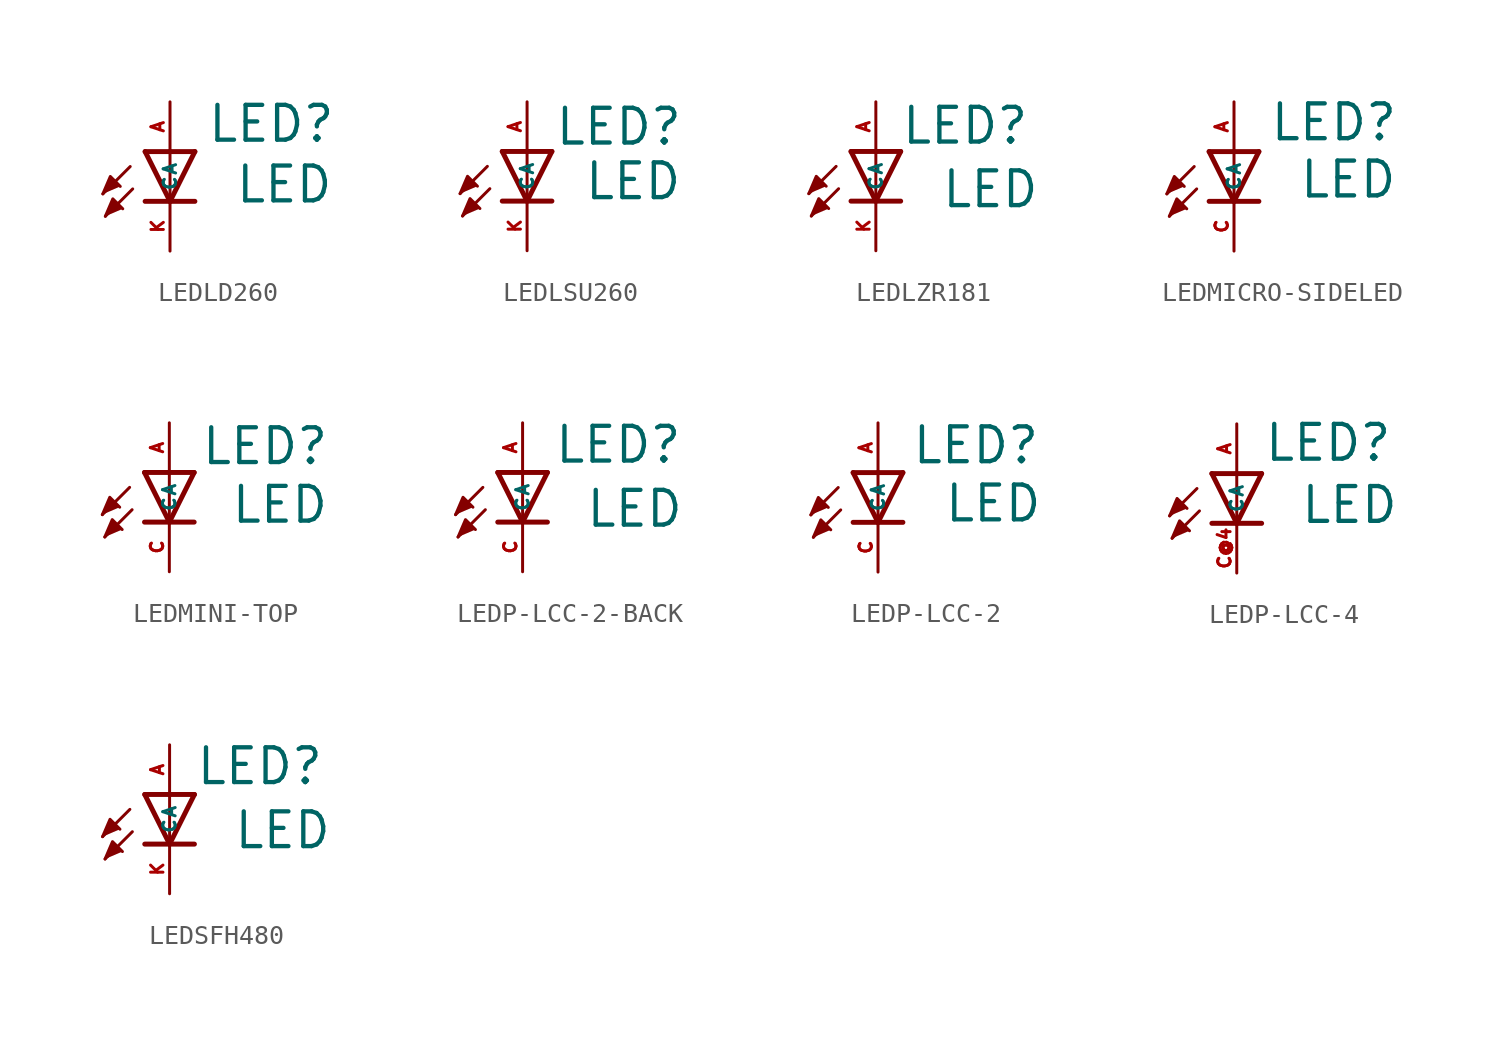
<source format=kicad_sym>
(kicad_symbol_lib
  (version 20220914)
  (generator kicad_symbol_editor)
  (symbol "LEDLD260"
    (property "Reference" "LED"
      (at 1.854 0.381 0)
      (effects (font (size 1.778 1.778) (thickness 0.22)) (justify left bottom)))
    (property "Value" "LED"
      (at 3.277 -2.718 0)
      (effects (font (size 1.778 1.778) (thickness 0.22)) (justify left bottom)))
    (symbol "LEDLD260_1_1"
      (polyline (pts (xy -2.032 -0.762) (xy -3.429 -2.159)) (stroke (width 0.152) (type default)) (fill (type none)))
      (polyline (pts (xy -1.905 -1.905) (xy -3.302 -3.302)) (stroke (width 0.152) (type default)) (fill (type none)))
      (polyline (pts (xy 0 -2.54) (xy -1.27 -2.54)) (stroke (width 0.254) (type default)) (fill (type none)))
      (polyline (pts (xy 0 -2.54) (xy -1.27 0)) (stroke (width 0.254) (type default)) (fill (type none)))
      (polyline (pts (xy 0 0) (xy -1.27 0)) (stroke (width 0.254) (type default)) (fill (type none)))
      (polyline (pts (xy 0 0) (xy 0 -2.54)) (stroke (width 0.152) (type default)) (fill (type none)))
      (polyline (pts (xy 1.27 -2.54) (xy 0 -2.54)) (stroke (width 0.254) (type default)) (fill (type none)))
      (polyline (pts (xy 1.27 0) (xy 0 -2.54)) (stroke (width 0.254) (type default)) (fill (type none)))
      (polyline (pts (xy 1.27 0) (xy 0 0)) (stroke (width 0.254) (type default)) (fill (type none)))
      (polyline (pts (xy -3.429 -2.159) (xy -3.048 -1.27) (xy -2.54 -1.778)) (stroke (width 0.152) (type default)) (fill (type outline)))
      (polyline (pts (xy -3.302 -3.302) (xy -2.921 -2.413) (xy -2.413 -2.921)) (stroke (width 0.152) (type default)) (fill (type outline)))
      (pin passive line (at 0 2.54 270) (length 2.54) (name "A" (effects (font (size 0.635 0.635)))) (number "A" (effects (font (size 0.635 0.635)))))
      (pin passive line (at 0 -5.08 90) (length 2.54) (name "C" (effects (font (size 0.635 0.635)))) (number "K" (effects (font (size 0.635 0.635)))))))
  (symbol "LEDLSU260"
    (property "Reference" "LED"
      (at 1.372 0.229 0)
      (effects (font (size 1.778 1.778) (thickness 0.22)) (justify left bottom)))
    (property "Value" "LED"
      (at 2.87 -2.565 0)
      (effects (font (size 1.778 1.778) (thickness 0.22)) (justify left bottom)))
    (symbol "LEDLSU260_1_1"
      (polyline (pts (xy -2.032 -0.762) (xy -3.429 -2.159)) (stroke (width 0.152) (type default)) (fill (type none)))
      (polyline (pts (xy -1.905 -1.905) (xy -3.302 -3.302)) (stroke (width 0.152) (type default)) (fill (type none)))
      (polyline (pts (xy 0 -2.54) (xy -1.27 -2.54)) (stroke (width 0.254) (type default)) (fill (type none)))
      (polyline (pts (xy 0 -2.54) (xy -1.27 0)) (stroke (width 0.254) (type default)) (fill (type none)))
      (polyline (pts (xy 0 0) (xy -1.27 0)) (stroke (width 0.254) (type default)) (fill (type none)))
      (polyline (pts (xy 0 0) (xy 0 -2.54)) (stroke (width 0.152) (type default)) (fill (type none)))
      (polyline (pts (xy 1.27 -2.54) (xy 0 -2.54)) (stroke (width 0.254) (type default)) (fill (type none)))
      (polyline (pts (xy 1.27 0) (xy 0 -2.54)) (stroke (width 0.254) (type default)) (fill (type none)))
      (polyline (pts (xy 1.27 0) (xy 0 0)) (stroke (width 0.254) (type default)) (fill (type none)))
      (polyline (pts (xy -3.429 -2.159) (xy -3.048 -1.27) (xy -2.54 -1.778)) (stroke (width 0.152) (type default)) (fill (type outline)))
      (polyline (pts (xy -3.302 -3.302) (xy -2.921 -2.413) (xy -2.413 -2.921)) (stroke (width 0.152) (type default)) (fill (type outline)))
      (pin passive line (at 0 2.54 270) (length 2.54) (name "A" (effects (font (size 0.635 0.635)))) (number "A" (effects (font (size 0.635 0.635)))))
      (pin passive line (at 0 -5.08 90) (length 2.54) (name "C" (effects (font (size 0.635 0.635)))) (number "K" (effects (font (size 0.635 0.635)))))))
  (symbol "LEDLZR181"
    (property "Reference" "LED"
      (at 1.245 0.279 0)
      (effects (font (size 1.778 1.778) (thickness 0.22)) (justify left bottom)))
    (property "Value" "LED"
      (at 3.302 -2.972 0)
      (effects (font (size 1.778 1.778) (thickness 0.22)) (justify left bottom)))
    (symbol "LEDLZR181_1_1"
      (polyline (pts (xy -2.032 -0.762) (xy -3.429 -2.159)) (stroke (width 0.152) (type default)) (fill (type none)))
      (polyline (pts (xy -1.905 -1.905) (xy -3.302 -3.302)) (stroke (width 0.152) (type default)) (fill (type none)))
      (polyline (pts (xy 0 -2.54) (xy -1.27 -2.54)) (stroke (width 0.254) (type default)) (fill (type none)))
      (polyline (pts (xy 0 -2.54) (xy -1.27 0)) (stroke (width 0.254) (type default)) (fill (type none)))
      (polyline (pts (xy 0 0) (xy -1.27 0)) (stroke (width 0.254) (type default)) (fill (type none)))
      (polyline (pts (xy 0 0) (xy 0 -2.54)) (stroke (width 0.152) (type default)) (fill (type none)))
      (polyline (pts (xy 1.27 -2.54) (xy 0 -2.54)) (stroke (width 0.254) (type default)) (fill (type none)))
      (polyline (pts (xy 1.27 0) (xy 0 -2.54)) (stroke (width 0.254) (type default)) (fill (type none)))
      (polyline (pts (xy 1.27 0) (xy 0 0)) (stroke (width 0.254) (type default)) (fill (type none)))
      (polyline (pts (xy -3.429 -2.159) (xy -3.048 -1.27) (xy -2.54 -1.778)) (stroke (width 0.152) (type default)) (fill (type outline)))
      (polyline (pts (xy -3.302 -3.302) (xy -2.921 -2.413) (xy -2.413 -2.921)) (stroke (width 0.152) (type default)) (fill (type outline)))
      (pin passive line (at 0 2.54 270) (length 2.54) (name "A" (effects (font (size 0.635 0.635)))) (number "A" (effects (font (size 0.635 0.635)))))
      (pin passive line (at 0 -5.08 90) (length 2.54) (name "C" (effects (font (size 0.635 0.635)))) (number "K" (effects (font (size 0.635 0.635)))))))
  (symbol "LEDMICRO-SIDELED"
    (property "Reference" "LED"
      (at 1.778 0.457 0)
      (effects (font (size 1.778 1.778) (thickness 0.22)) (justify left bottom)))
    (property "Value" "LED"
      (at 3.277 -2.464 0)
      (effects (font (size 1.778 1.778) (thickness 0.22)) (justify left bottom)))
    (symbol "LEDMICRO-SIDELED_1_1"
      (polyline (pts (xy -2.032 -0.762) (xy -3.429 -2.159)) (stroke (width 0.152) (type default)) (fill (type none)))
      (polyline (pts (xy -1.905 -1.905) (xy -3.302 -3.302)) (stroke (width 0.152) (type default)) (fill (type none)))
      (polyline (pts (xy 0 -2.54) (xy -1.27 -2.54)) (stroke (width 0.254) (type default)) (fill (type none)))
      (polyline (pts (xy 0 -2.54) (xy -1.27 0)) (stroke (width 0.254) (type default)) (fill (type none)))
      (polyline (pts (xy 0 0) (xy -1.27 0)) (stroke (width 0.254) (type default)) (fill (type none)))
      (polyline (pts (xy 0 0) (xy 0 -2.54)) (stroke (width 0.152) (type default)) (fill (type none)))
      (polyline (pts (xy 1.27 -2.54) (xy 0 -2.54)) (stroke (width 0.254) (type default)) (fill (type none)))
      (polyline (pts (xy 1.27 0) (xy 0 -2.54)) (stroke (width 0.254) (type default)) (fill (type none)))
      (polyline (pts (xy 1.27 0) (xy 0 0)) (stroke (width 0.254) (type default)) (fill (type none)))
      (polyline (pts (xy -3.429 -2.159) (xy -3.048 -1.27) (xy -2.54 -1.778)) (stroke (width 0.152) (type default)) (fill (type outline)))
      (polyline (pts (xy -3.302 -3.302) (xy -2.921 -2.413) (xy -2.413 -2.921)) (stroke (width 0.152) (type default)) (fill (type outline)))
      (pin passive line (at 0 2.54 270) (length 2.54) (name "A" (effects (font (size 0.635 0.635)))) (number "A" (effects (font (size 0.635 0.635)))))
      (pin passive line (at 0 -5.08 90) (length 2.54) (name "C" (effects (font (size 0.635 0.635)))) (number "C" (effects (font (size 0.635 0.635)))))))
  (symbol "LEDMINI-TOP"
    (property "Reference" "LED"
      (at 1.575 0.305 0)
      (effects (font (size 1.778 1.778) (thickness 0.22)) (justify left bottom)))
    (property "Value" "LED"
      (at 3.099 -2.692 0)
      (effects (font (size 1.778 1.778) (thickness 0.22)) (justify left bottom)))
    (symbol "LEDMINI-TOP_1_1"
      (polyline (pts (xy -2.032 -0.762) (xy -3.429 -2.159)) (stroke (width 0.152) (type default)) (fill (type none)))
      (polyline (pts (xy -1.905 -1.905) (xy -3.302 -3.302)) (stroke (width 0.152) (type default)) (fill (type none)))
      (polyline (pts (xy 0 -2.54) (xy -1.27 -2.54)) (stroke (width 0.254) (type default)) (fill (type none)))
      (polyline (pts (xy 0 -2.54) (xy -1.27 0)) (stroke (width 0.254) (type default)) (fill (type none)))
      (polyline (pts (xy 0 0) (xy -1.27 0)) (stroke (width 0.254) (type default)) (fill (type none)))
      (polyline (pts (xy 0 0) (xy 0 -2.54)) (stroke (width 0.152) (type default)) (fill (type none)))
      (polyline (pts (xy 1.27 -2.54) (xy 0 -2.54)) (stroke (width 0.254) (type default)) (fill (type none)))
      (polyline (pts (xy 1.27 0) (xy 0 -2.54)) (stroke (width 0.254) (type default)) (fill (type none)))
      (polyline (pts (xy 1.27 0) (xy 0 0)) (stroke (width 0.254) (type default)) (fill (type none)))
      (polyline (pts (xy -3.429 -2.159) (xy -3.048 -1.27) (xy -2.54 -1.778)) (stroke (width 0.152) (type default)) (fill (type outline)))
      (polyline (pts (xy -3.302 -3.302) (xy -2.921 -2.413) (xy -2.413 -2.921)) (stroke (width 0.152) (type default)) (fill (type outline)))
      (pin passive line (at 0 2.54 270) (length 2.54) (name "A" (effects (font (size 0.635 0.635)))) (number "A" (effects (font (size 0.635 0.635)))))
      (pin passive line (at 0 -5.08 90) (length 2.54) (name "C" (effects (font (size 0.635 0.635)))) (number "C" (effects (font (size 0.635 0.635)))))))
  (symbol "LEDP-LCC-2-BACK"
    (property "Reference" "LED"
      (at 1.575 0.381 0)
      (effects (font (size 1.778 1.778) (thickness 0.22)) (justify left bottom)))
    (property "Value" "LED"
      (at 3.175 -2.896 0)
      (effects (font (size 1.778 1.778) (thickness 0.22)) (justify left bottom)))
    (symbol "LEDP-LCC-2-BACK_1_1"
      (polyline (pts (xy -2.032 -0.762) (xy -3.429 -2.159)) (stroke (width 0.152) (type default)) (fill (type none)))
      (polyline (pts (xy -1.905 -1.905) (xy -3.302 -3.302)) (stroke (width 0.152) (type default)) (fill (type none)))
      (polyline (pts (xy 0 -2.54) (xy -1.27 -2.54)) (stroke (width 0.254) (type default)) (fill (type none)))
      (polyline (pts (xy 0 -2.54) (xy -1.27 0)) (stroke (width 0.254) (type default)) (fill (type none)))
      (polyline (pts (xy 0 0) (xy -1.27 0)) (stroke (width 0.254) (type default)) (fill (type none)))
      (polyline (pts (xy 0 0) (xy 0 -2.54)) (stroke (width 0.152) (type default)) (fill (type none)))
      (polyline (pts (xy 1.27 -2.54) (xy 0 -2.54)) (stroke (width 0.254) (type default)) (fill (type none)))
      (polyline (pts (xy 1.27 0) (xy 0 -2.54)) (stroke (width 0.254) (type default)) (fill (type none)))
      (polyline (pts (xy 1.27 0) (xy 0 0)) (stroke (width 0.254) (type default)) (fill (type none)))
      (polyline (pts (xy -3.429 -2.159) (xy -3.048 -1.27) (xy -2.54 -1.778)) (stroke (width 0.152) (type default)) (fill (type outline)))
      (polyline (pts (xy -3.302 -3.302) (xy -2.921 -2.413) (xy -2.413 -2.921)) (stroke (width 0.152) (type default)) (fill (type outline)))
      (pin passive line (at 0 2.54 270) (length 2.54) (name "A" (effects (font (size 0.635 0.635)))) (number "A" (effects (font (size 0.635 0.635)))))
      (pin passive line (at 0 -5.08 90) (length 2.54) (name "C" (effects (font (size 0.635 0.635)))) (number "C" (effects (font (size 0.635 0.635)))))))
  (symbol "LEDP-LCC-2"
    (property "Reference" "LED"
      (at 1.676 0.356 0)
      (effects (font (size 1.778 1.778) (thickness 0.22)) (justify left bottom)))
    (property "Value" "LED"
      (at 3.327 -2.616 0)
      (effects (font (size 1.778 1.778) (thickness 0.22)) (justify left bottom)))
    (symbol "LEDP-LCC-2_1_1"
      (polyline (pts (xy -2.032 -0.762) (xy -3.429 -2.159)) (stroke (width 0.152) (type default)) (fill (type none)))
      (polyline (pts (xy -1.905 -1.905) (xy -3.302 -3.302)) (stroke (width 0.152) (type default)) (fill (type none)))
      (polyline (pts (xy 0 -2.54) (xy -1.27 -2.54)) (stroke (width 0.254) (type default)) (fill (type none)))
      (polyline (pts (xy 0 -2.54) (xy -1.27 0)) (stroke (width 0.254) (type default)) (fill (type none)))
      (polyline (pts (xy 0 0) (xy -1.27 0)) (stroke (width 0.254) (type default)) (fill (type none)))
      (polyline (pts (xy 0 0) (xy 0 -2.54)) (stroke (width 0.152) (type default)) (fill (type none)))
      (polyline (pts (xy 1.27 -2.54) (xy 0 -2.54)) (stroke (width 0.254) (type default)) (fill (type none)))
      (polyline (pts (xy 1.27 0) (xy 0 -2.54)) (stroke (width 0.254) (type default)) (fill (type none)))
      (polyline (pts (xy 1.27 0) (xy 0 0)) (stroke (width 0.254) (type default)) (fill (type none)))
      (polyline (pts (xy -3.429 -2.159) (xy -3.048 -1.27) (xy -2.54 -1.778)) (stroke (width 0.152) (type default)) (fill (type outline)))
      (polyline (pts (xy -3.302 -3.302) (xy -2.921 -2.413) (xy -2.413 -2.921)) (stroke (width 0.152) (type default)) (fill (type outline)))
      (pin passive line (at 0 2.54 270) (length 2.54) (name "A" (effects (font (size 0.635 0.635)))) (number "A" (effects (font (size 0.635 0.635)))))
      (pin passive line (at 0 -5.08 90) (length 2.54) (name "C" (effects (font (size 0.635 0.635)))) (number "C" (effects (font (size 0.635 0.635)))))))
  (symbol "LEDP-LCC-4"
    (property "Reference" "LED"
      (at 1.346 0.533 0)
      (effects (font (size 1.778 1.778) (thickness 0.22)) (justify left bottom)))
    (property "Value" "LED"
      (at 3.2 -2.642 0)
      (effects (font (size 1.778 1.778) (thickness 0.22)) (justify left bottom)))
    (symbol "LEDP-LCC-4_1_1"
      (polyline (pts (xy -2.032 -0.762) (xy -3.429 -2.159)) (stroke (width 0.152) (type default)) (fill (type none)))
      (polyline (pts (xy -1.905 -1.905) (xy -3.302 -3.302)) (stroke (width 0.152) (type default)) (fill (type none)))
      (polyline (pts (xy 0 -2.54) (xy -1.27 -2.54)) (stroke (width 0.254) (type default)) (fill (type none)))
      (polyline (pts (xy 0 -2.54) (xy -1.27 0)) (stroke (width 0.254) (type default)) (fill (type none)))
      (polyline (pts (xy 0 0) (xy -1.27 0)) (stroke (width 0.254) (type default)) (fill (type none)))
      (polyline (pts (xy 0 0) (xy 0 -2.54)) (stroke (width 0.152) (type default)) (fill (type none)))
      (polyline (pts (xy 1.27 -2.54) (xy 0 -2.54)) (stroke (width 0.254) (type default)) (fill (type none)))
      (polyline (pts (xy 1.27 0) (xy 0 -2.54)) (stroke (width 0.254) (type default)) (fill (type none)))
      (polyline (pts (xy 1.27 0) (xy 0 0)) (stroke (width 0.254) (type default)) (fill (type none)))
      (polyline (pts (xy -3.429 -2.159) (xy -3.048 -1.27) (xy -2.54 -1.778)) (stroke (width 0.152) (type default)) (fill (type outline)))
      (polyline (pts (xy -3.302 -3.302) (xy -2.921 -2.413) (xy -2.413 -2.921)) (stroke (width 0.152) (type default)) (fill (type outline)))
      (pin passive line (at 0 2.54 270) (length 2.54) (name "A" (effects (font (size 0.635 0.635)))) (number "A" (effects (font (size 0.635 0.635)))))
      (pin passive line (at 0 -5.08 90) (length 2.54) (name "C" (effects (font (size 0.635 0.635)))) (number "C@4" (effects (font (size 0.635 0.635)))))))
  (symbol "LEDSFH480"
    (property "Reference" "LED"
      (at 1.295 0.406 0)
      (effects (font (size 1.778 1.778) (thickness 0.22)) (justify left bottom)))
    (property "Value" "LED"
      (at 3.226 -2.87 0)
      (effects (font (size 1.778 1.778) (thickness 0.22)) (justify left bottom)))
    (symbol "LEDSFH480_1_1"
      (polyline (pts (xy -2.032 -0.762) (xy -3.429 -2.159)) (stroke (width 0.152) (type default)) (fill (type none)))
      (polyline (pts (xy -1.905 -1.905) (xy -3.302 -3.302)) (stroke (width 0.152) (type default)) (fill (type none)))
      (polyline (pts (xy 0 -2.54) (xy -1.27 -2.54)) (stroke (width 0.254) (type default)) (fill (type none)))
      (polyline (pts (xy 0 -2.54) (xy -1.27 0)) (stroke (width 0.254) (type default)) (fill (type none)))
      (polyline (pts (xy 0 0) (xy -1.27 0)) (stroke (width 0.254) (type default)) (fill (type none)))
      (polyline (pts (xy 0 0) (xy 0 -2.54)) (stroke (width 0.152) (type default)) (fill (type none)))
      (polyline (pts (xy 1.27 -2.54) (xy 0 -2.54)) (stroke (width 0.254) (type default)) (fill (type none)))
      (polyline (pts (xy 1.27 0) (xy 0 -2.54)) (stroke (width 0.254) (type default)) (fill (type none)))
      (polyline (pts (xy 1.27 0) (xy 0 0)) (stroke (width 0.254) (type default)) (fill (type none)))
      (polyline (pts (xy -3.429 -2.159) (xy -3.048 -1.27) (xy -2.54 -1.778)) (stroke (width 0.152) (type default)) (fill (type outline)))
      (polyline (pts (xy -3.302 -3.302) (xy -2.921 -2.413) (xy -2.413 -2.921)) (stroke (width 0.152) (type default)) (fill (type outline)))
      (pin passive line (at 0 2.54 270) (length 2.54) (name "A" (effects (font (size 0.635 0.635)))) (number "A" (effects (font (size 0.635 0.635)))))
      (pin passive line (at 0 -5.08 90) (length 2.54) (name "C" (effects (font (size 0.635 0.635)))) (number "K" (effects (font (size 0.635 0.635))))))))
</source>
